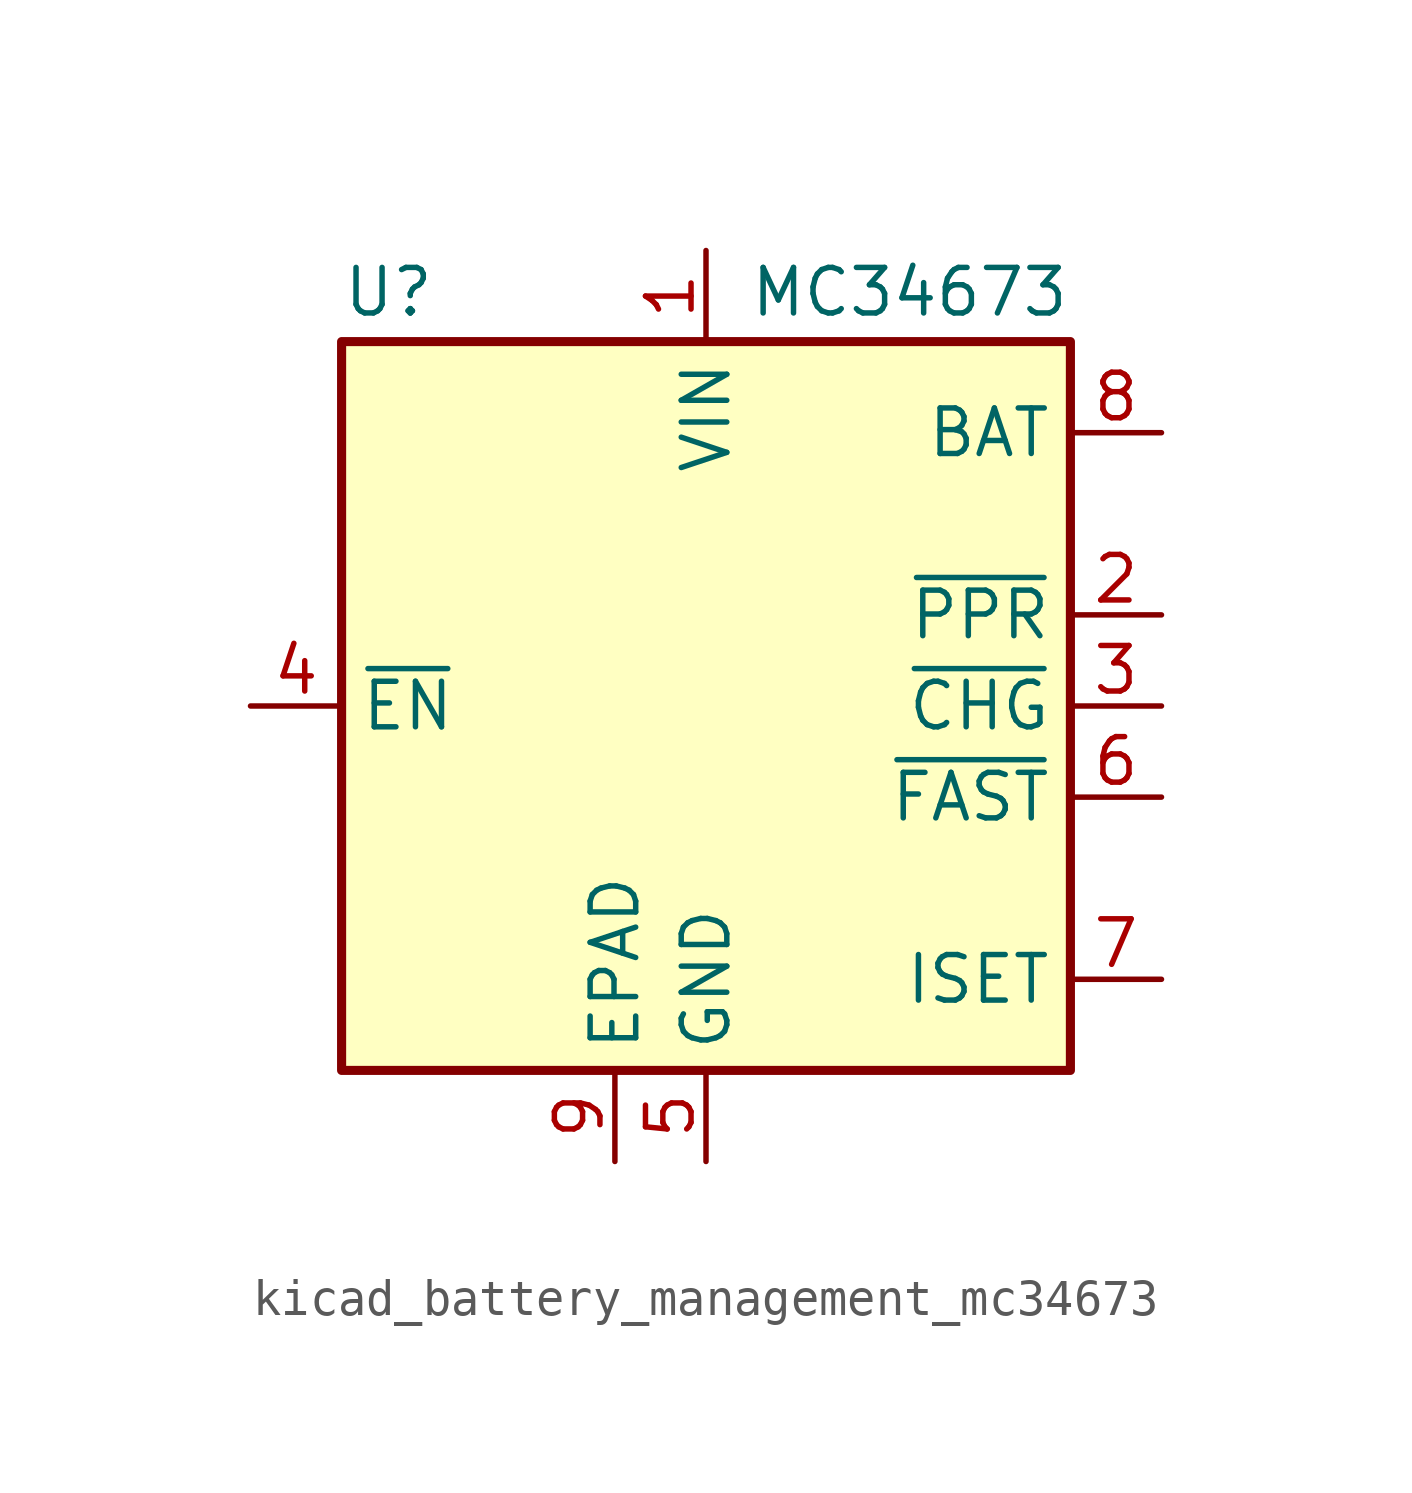
<source format=kicad_sym>
(kicad_symbol_lib
  (version 20220914)
  (generator kicad_symbol_editor)
  (symbol "kicad_battery_management_mc34673"
    (property "Reference" "U"
      (at -10.16 10.795 0)
      (effects (font (size 1.27 1.27)) (justify left bottom)))
    (property "Value" "MC34673"
      (at 10.16 10.795 0)
      (effects (font (size 1.27 1.27)) (justify right bottom)))
    (symbol "kicad_battery_management_mc34673_0_1"
      (rectangle (start -10.16 10.16) (end 10.16 -10.16) (stroke (width 0.254) (type default)) (fill (type background))))
    (symbol "kicad_battery_management_mc34673_1_1"
      (pin power_in line (at 0 12.7 270) (length 2.54) (name "VIN" (effects (font (size 1.27 1.27)))) (number "1" (effects (font (size 1.27 1.27)))))
      (pin open_collector line (at 12.7 2.54 180) (length 2.54) (name "~{PPR}" (effects (font (size 1.27 1.27)))) (number "2" (effects (font (size 1.27 1.27)))))
      (pin open_collector line (at 12.7 0 180) (length 2.54) (name "~{CHG}" (effects (font (size 1.27 1.27)))) (number "3" (effects (font (size 1.27 1.27)))))
      (pin input line (at -12.7 0 0) (length 2.54) (name "~{EN}" (effects (font (size 1.27 1.27)))) (number "4" (effects (font (size 1.27 1.27)))))
      (pin power_in line (at 0 -12.7 90) (length 2.54) (name "GND" (effects (font (size 1.27 1.27)))) (number "5" (effects (font (size 1.27 1.27)))))
      (pin open_collector line (at 12.7 -2.54 180) (length 2.54) (name "~{FAST}" (effects (font (size 1.27 1.27)))) (number "6" (effects (font (size 1.27 1.27)))))
      (pin output line (at 12.7 -7.62 180) (length 2.54) (name "ISET" (effects (font (size 1.27 1.27)))) (number "7" (effects (font (size 1.27 1.27)))))
      (pin power_out line (at 12.7 7.62 180) (length 2.54) (name "BAT" (effects (font (size 1.27 1.27)))) (number "8" (effects (font (size 1.27 1.27)))))
      (pin power_in line (at -2.54 -12.7 90) (length 2.54) (name "EPAD" (effects (font (size 1.27 1.27)))) (number "9" (effects (font (size 1.27 1.27))))))))
</source>
